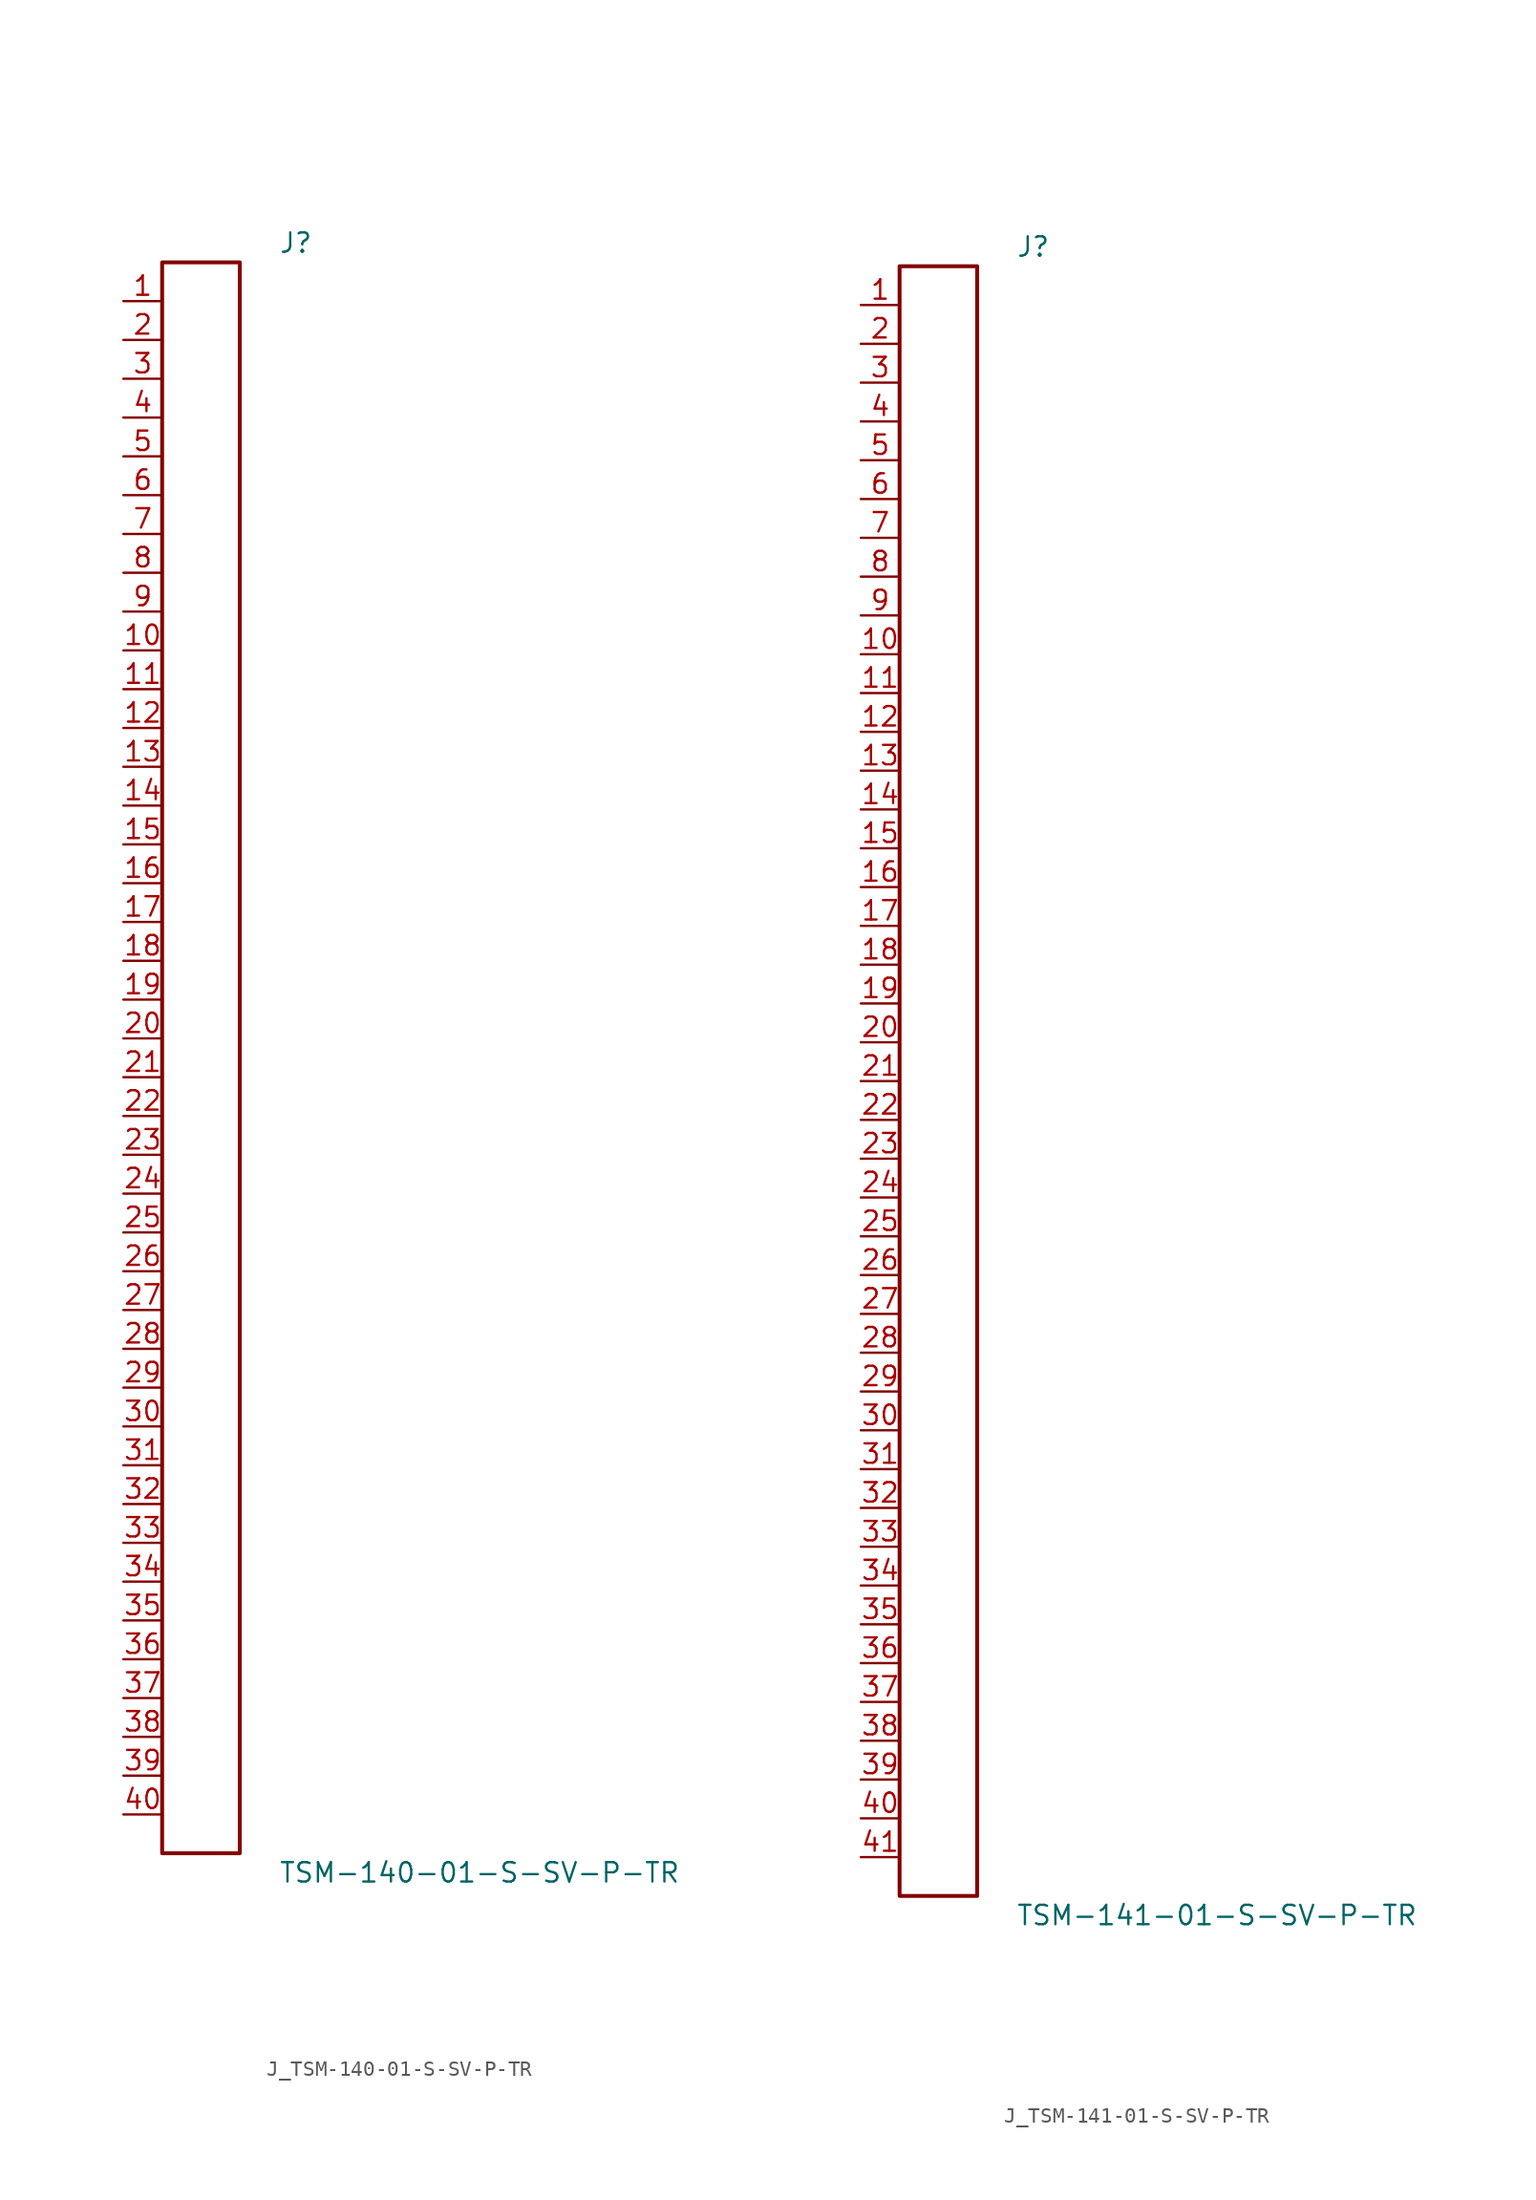
<source format=kicad_sym>
(kicad_symbol_lib
  (version 20231120)
  (generator kicad_symbol_editor)
  (generator_version 8.0)
  (symbol "J_TSM-140-01-S-SV-P-TR"
    (pin_names
      (offset 0.254))
    (property "Reference" "J"
      (at 5.08 53.34 0)
      (effects (font (size 1.27 1.27)) (justify left)))
    (property "Value" "TSM-140-01-S-SV-P-TR"
      (at 5.08 -53.34 0)
      (effects (font (size 1.27 1.27)) (justify left)))
    (symbol "J_TSM-140-01-S-SV-P-TR_0_0"
      (pin unspecified line (at -5.08 49.53 0) (length 2.54) (name "" (effects (font (size 1.27 1.27)))) (number "1" (effects (font (size 1.27 1.27)))))
      (pin unspecified line (at -5.08 46.99 0) (length 2.54) (name "" (effects (font (size 1.27 1.27)))) (number "2" (effects (font (size 1.27 1.27)))))
      (pin unspecified line (at -5.08 44.45 0) (length 2.54) (name "" (effects (font (size 1.27 1.27)))) (number "3" (effects (font (size 1.27 1.27)))))
      (pin unspecified line (at -5.08 41.91 0) (length 2.54) (name "" (effects (font (size 1.27 1.27)))) (number "4" (effects (font (size 1.27 1.27)))))
      (pin unspecified line (at -5.08 39.37 0) (length 2.54) (name "" (effects (font (size 1.27 1.27)))) (number "5" (effects (font (size 1.27 1.27)))))
      (pin unspecified line (at -5.08 36.83 0) (length 2.54) (name "" (effects (font (size 1.27 1.27)))) (number "6" (effects (font (size 1.27 1.27)))))
      (pin unspecified line (at -5.08 34.29 0) (length 2.54) (name "" (effects (font (size 1.27 1.27)))) (number "7" (effects (font (size 1.27 1.27)))))
      (pin unspecified line (at -5.08 31.75 0) (length 2.54) (name "" (effects (font (size 1.27 1.27)))) (number "8" (effects (font (size 1.27 1.27)))))
      (pin unspecified line (at -5.08 29.21 0) (length 2.54) (name "" (effects (font (size 1.27 1.27)))) (number "9" (effects (font (size 1.27 1.27)))))
      (pin unspecified line (at -5.08 26.67 0) (length 2.54) (name "" (effects (font (size 1.27 1.27)))) (number "10" (effects (font (size 1.27 1.27)))))
      (pin unspecified line (at -5.08 24.13 0) (length 2.54) (name "" (effects (font (size 1.27 1.27)))) (number "11" (effects (font (size 1.27 1.27)))))
      (pin unspecified line (at -5.08 21.59 0) (length 2.54) (name "" (effects (font (size 1.27 1.27)))) (number "12" (effects (font (size 1.27 1.27)))))
      (pin unspecified line (at -5.08 19.05 0) (length 2.54) (name "" (effects (font (size 1.27 1.27)))) (number "13" (effects (font (size 1.27 1.27)))))
      (pin unspecified line (at -5.08 16.51 0) (length 2.54) (name "" (effects (font (size 1.27 1.27)))) (number "14" (effects (font (size 1.27 1.27)))))
      (pin unspecified line (at -5.08 13.97 0) (length 2.54) (name "" (effects (font (size 1.27 1.27)))) (number "15" (effects (font (size 1.27 1.27)))))
      (pin unspecified line (at -5.08 11.43 0) (length 2.54) (name "" (effects (font (size 1.27 1.27)))) (number "16" (effects (font (size 1.27 1.27)))))
      (pin unspecified line (at -5.08 8.89 0) (length 2.54) (name "" (effects (font (size 1.27 1.27)))) (number "17" (effects (font (size 1.27 1.27)))))
      (pin unspecified line (at -5.08 6.35 0) (length 2.54) (name "" (effects (font (size 1.27 1.27)))) (number "18" (effects (font (size 1.27 1.27)))))
      (pin unspecified line (at -5.08 3.81 0) (length 2.54) (name "" (effects (font (size 1.27 1.27)))) (number "19" (effects (font (size 1.27 1.27)))))
      (pin unspecified line (at -5.08 1.27 0) (length 2.54) (name "" (effects (font (size 1.27 1.27)))) (number "20" (effects (font (size 1.27 1.27)))))
      (pin unspecified line (at -5.08 -1.27 0) (length 2.54) (name "" (effects (font (size 1.27 1.27)))) (number "21" (effects (font (size 1.27 1.27)))))
      (pin unspecified line (at -5.08 -3.81 0) (length 2.54) (name "" (effects (font (size 1.27 1.27)))) (number "22" (effects (font (size 1.27 1.27)))))
      (pin unspecified line (at -5.08 -6.35 0) (length 2.54) (name "" (effects (font (size 1.27 1.27)))) (number "23" (effects (font (size 1.27 1.27)))))
      (pin unspecified line (at -5.08 -8.89 0) (length 2.54) (name "" (effects (font (size 1.27 1.27)))) (number "24" (effects (font (size 1.27 1.27)))))
      (pin unspecified line (at -5.08 -11.43 0) (length 2.54) (name "" (effects (font (size 1.27 1.27)))) (number "25" (effects (font (size 1.27 1.27)))))
      (pin unspecified line (at -5.08 -13.97 0) (length 2.54) (name "" (effects (font (size 1.27 1.27)))) (number "26" (effects (font (size 1.27 1.27)))))
      (pin unspecified line (at -5.08 -16.51 0) (length 2.54) (name "" (effects (font (size 1.27 1.27)))) (number "27" (effects (font (size 1.27 1.27)))))
      (pin unspecified line (at -5.08 -19.05 0) (length 2.54) (name "" (effects (font (size 1.27 1.27)))) (number "28" (effects (font (size 1.27 1.27)))))
      (pin unspecified line (at -5.08 -21.59 0) (length 2.54) (name "" (effects (font (size 1.27 1.27)))) (number "29" (effects (font (size 1.27 1.27)))))
      (pin unspecified line (at -5.08 -24.13 0) (length 2.54) (name "" (effects (font (size 1.27 1.27)))) (number "30" (effects (font (size 1.27 1.27)))))
      (pin unspecified line (at -5.08 -26.67 0) (length 2.54) (name "" (effects (font (size 1.27 1.27)))) (number "31" (effects (font (size 1.27 1.27)))))
      (pin unspecified line (at -5.08 -29.21 0) (length 2.54) (name "" (effects (font (size 1.27 1.27)))) (number "32" (effects (font (size 1.27 1.27)))))
      (pin unspecified line (at -5.08 -31.75 0) (length 2.54) (name "" (effects (font (size 1.27 1.27)))) (number "33" (effects (font (size 1.27 1.27)))))
      (pin unspecified line (at -5.08 -34.29 0) (length 2.54) (name "" (effects (font (size 1.27 1.27)))) (number "34" (effects (font (size 1.27 1.27)))))
      (pin unspecified line (at -5.08 -36.83 0) (length 2.54) (name "" (effects (font (size 1.27 1.27)))) (number "35" (effects (font (size 1.27 1.27)))))
      (pin unspecified line (at -5.08 -39.37 0) (length 2.54) (name "" (effects (font (size 1.27 1.27)))) (number "36" (effects (font (size 1.27 1.27)))))
      (pin unspecified line (at -5.08 -41.91 0) (length 2.54) (name "" (effects (font (size 1.27 1.27)))) (number "37" (effects (font (size 1.27 1.27)))))
      (pin unspecified line (at -5.08 -44.45 0) (length 2.54) (name "" (effects (font (size 1.27 1.27)))) (number "38" (effects (font (size 1.27 1.27)))))
      (pin unspecified line (at -5.08 -46.99 0) (length 2.54) (name "" (effects (font (size 1.27 1.27)))) (number "39" (effects (font (size 1.27 1.27)))))
      (pin unspecified line (at -5.08 -49.53 0) (length 2.54) (name "" (effects (font (size 1.27 1.27)))) (number "40" (effects (font (size 1.27 1.27))))))
    (symbol "J_TSM-140-01-S-SV-P-TR_1_0"
      (rectangle (start -2.54 52.07) (end 2.54 -52.07) (stroke (width 0.254) (type solid)) (fill (type none)))))
  (symbol "J_TSM-141-01-S-SV-P-TR"
    (pin_names
      (offset 0.254))
    (property "Reference" "J"
      (at 5.08 54.61 0)
      (effects (font (size 1.27 1.27)) (justify left)))
    (property "Value" "TSM-141-01-S-SV-P-TR"
      (at 5.08 -54.61 0)
      (effects (font (size 1.27 1.27)) (justify left)))
    (symbol "J_TSM-141-01-S-SV-P-TR_0_0"
      (pin unspecified line (at -5.08 50.8 0) (length 2.54) (name "" (effects (font (size 1.27 1.27)))) (number "1" (effects (font (size 1.27 1.27)))))
      (pin unspecified line (at -5.08 48.26 0) (length 2.54) (name "" (effects (font (size 1.27 1.27)))) (number "2" (effects (font (size 1.27 1.27)))))
      (pin unspecified line (at -5.08 45.72 0) (length 2.54) (name "" (effects (font (size 1.27 1.27)))) (number "3" (effects (font (size 1.27 1.27)))))
      (pin unspecified line (at -5.08 43.18 0) (length 2.54) (name "" (effects (font (size 1.27 1.27)))) (number "4" (effects (font (size 1.27 1.27)))))
      (pin unspecified line (at -5.08 40.64 0) (length 2.54) (name "" (effects (font (size 1.27 1.27)))) (number "5" (effects (font (size 1.27 1.27)))))
      (pin unspecified line (at -5.08 38.1 0) (length 2.54) (name "" (effects (font (size 1.27 1.27)))) (number "6" (effects (font (size 1.27 1.27)))))
      (pin unspecified line (at -5.08 35.56 0) (length 2.54) (name "" (effects (font (size 1.27 1.27)))) (number "7" (effects (font (size 1.27 1.27)))))
      (pin unspecified line (at -5.08 33.02 0) (length 2.54) (name "" (effects (font (size 1.27 1.27)))) (number "8" (effects (font (size 1.27 1.27)))))
      (pin unspecified line (at -5.08 30.48 0) (length 2.54) (name "" (effects (font (size 1.27 1.27)))) (number "9" (effects (font (size 1.27 1.27)))))
      (pin unspecified line (at -5.08 27.94 0) (length 2.54) (name "" (effects (font (size 1.27 1.27)))) (number "10" (effects (font (size 1.27 1.27)))))
      (pin unspecified line (at -5.08 25.4 0) (length 2.54) (name "" (effects (font (size 1.27 1.27)))) (number "11" (effects (font (size 1.27 1.27)))))
      (pin unspecified line (at -5.08 22.86 0) (length 2.54) (name "" (effects (font (size 1.27 1.27)))) (number "12" (effects (font (size 1.27 1.27)))))
      (pin unspecified line (at -5.08 20.32 0) (length 2.54) (name "" (effects (font (size 1.27 1.27)))) (number "13" (effects (font (size 1.27 1.27)))))
      (pin unspecified line (at -5.08 17.78 0) (length 2.54) (name "" (effects (font (size 1.27 1.27)))) (number "14" (effects (font (size 1.27 1.27)))))
      (pin unspecified line (at -5.08 15.24 0) (length 2.54) (name "" (effects (font (size 1.27 1.27)))) (number "15" (effects (font (size 1.27 1.27)))))
      (pin unspecified line (at -5.08 12.7 0) (length 2.54) (name "" (effects (font (size 1.27 1.27)))) (number "16" (effects (font (size 1.27 1.27)))))
      (pin unspecified line (at -5.08 10.16 0) (length 2.54) (name "" (effects (font (size 1.27 1.27)))) (number "17" (effects (font (size 1.27 1.27)))))
      (pin unspecified line (at -5.08 7.62 0) (length 2.54) (name "" (effects (font (size 1.27 1.27)))) (number "18" (effects (font (size 1.27 1.27)))))
      (pin unspecified line (at -5.08 5.08 0) (length 2.54) (name "" (effects (font (size 1.27 1.27)))) (number "19" (effects (font (size 1.27 1.27)))))
      (pin unspecified line (at -5.08 2.54 0) (length 2.54) (name "" (effects (font (size 1.27 1.27)))) (number "20" (effects (font (size 1.27 1.27)))))
      (pin unspecified line (at -5.08 0.0 0) (length 2.54) (name "" (effects (font (size 1.27 1.27)))) (number "21" (effects (font (size 1.27 1.27)))))
      (pin unspecified line (at -5.08 -2.54 0) (length 2.54) (name "" (effects (font (size 1.27 1.27)))) (number "22" (effects (font (size 1.27 1.27)))))
      (pin unspecified line (at -5.08 -5.08 0) (length 2.54) (name "" (effects (font (size 1.27 1.27)))) (number "23" (effects (font (size 1.27 1.27)))))
      (pin unspecified line (at -5.08 -7.62 0) (length 2.54) (name "" (effects (font (size 1.27 1.27)))) (number "24" (effects (font (size 1.27 1.27)))))
      (pin unspecified line (at -5.08 -10.16 0) (length 2.54) (name "" (effects (font (size 1.27 1.27)))) (number "25" (effects (font (size 1.27 1.27)))))
      (pin unspecified line (at -5.08 -12.7 0) (length 2.54) (name "" (effects (font (size 1.27 1.27)))) (number "26" (effects (font (size 1.27 1.27)))))
      (pin unspecified line (at -5.08 -15.24 0) (length 2.54) (name "" (effects (font (size 1.27 1.27)))) (number "27" (effects (font (size 1.27 1.27)))))
      (pin unspecified line (at -5.08 -17.78 0) (length 2.54) (name "" (effects (font (size 1.27 1.27)))) (number "28" (effects (font (size 1.27 1.27)))))
      (pin unspecified line (at -5.08 -20.32 0) (length 2.54) (name "" (effects (font (size 1.27 1.27)))) (number "29" (effects (font (size 1.27 1.27)))))
      (pin unspecified line (at -5.08 -22.86 0) (length 2.54) (name "" (effects (font (size 1.27 1.27)))) (number "30" (effects (font (size 1.27 1.27)))))
      (pin unspecified line (at -5.08 -25.4 0) (length 2.54) (name "" (effects (font (size 1.27 1.27)))) (number "31" (effects (font (size 1.27 1.27)))))
      (pin unspecified line (at -5.08 -27.94 0) (length 2.54) (name "" (effects (font (size 1.27 1.27)))) (number "32" (effects (font (size 1.27 1.27)))))
      (pin unspecified line (at -5.08 -30.48 0) (length 2.54) (name "" (effects (font (size 1.27 1.27)))) (number "33" (effects (font (size 1.27 1.27)))))
      (pin unspecified line (at -5.08 -33.02 0) (length 2.54) (name "" (effects (font (size 1.27 1.27)))) (number "34" (effects (font (size 1.27 1.27)))))
      (pin unspecified line (at -5.08 -35.56 0) (length 2.54) (name "" (effects (font (size 1.27 1.27)))) (number "35" (effects (font (size 1.27 1.27)))))
      (pin unspecified line (at -5.08 -38.1 0) (length 2.54) (name "" (effects (font (size 1.27 1.27)))) (number "36" (effects (font (size 1.27 1.27)))))
      (pin unspecified line (at -5.08 -40.64 0) (length 2.54) (name "" (effects (font (size 1.27 1.27)))) (number "37" (effects (font (size 1.27 1.27)))))
      (pin unspecified line (at -5.08 -43.18 0) (length 2.54) (name "" (effects (font (size 1.27 1.27)))) (number "38" (effects (font (size 1.27 1.27)))))
      (pin unspecified line (at -5.08 -45.72 0) (length 2.54) (name "" (effects (font (size 1.27 1.27)))) (number "39" (effects (font (size 1.27 1.27)))))
      (pin unspecified line (at -5.08 -48.26 0) (length 2.54) (name "" (effects (font (size 1.27 1.27)))) (number "40" (effects (font (size 1.27 1.27)))))
      (pin unspecified line (at -5.08 -50.8 0) (length 2.54) (name "" (effects (font (size 1.27 1.27)))) (number "41" (effects (font (size 1.27 1.27))))))
    (symbol "J_TSM-141-01-S-SV-P-TR_1_0"
      (rectangle (start -2.54 53.34) (end 2.54 -53.34) (stroke (width 0.254) (type solid)) (fill (type none))))))
</source>
